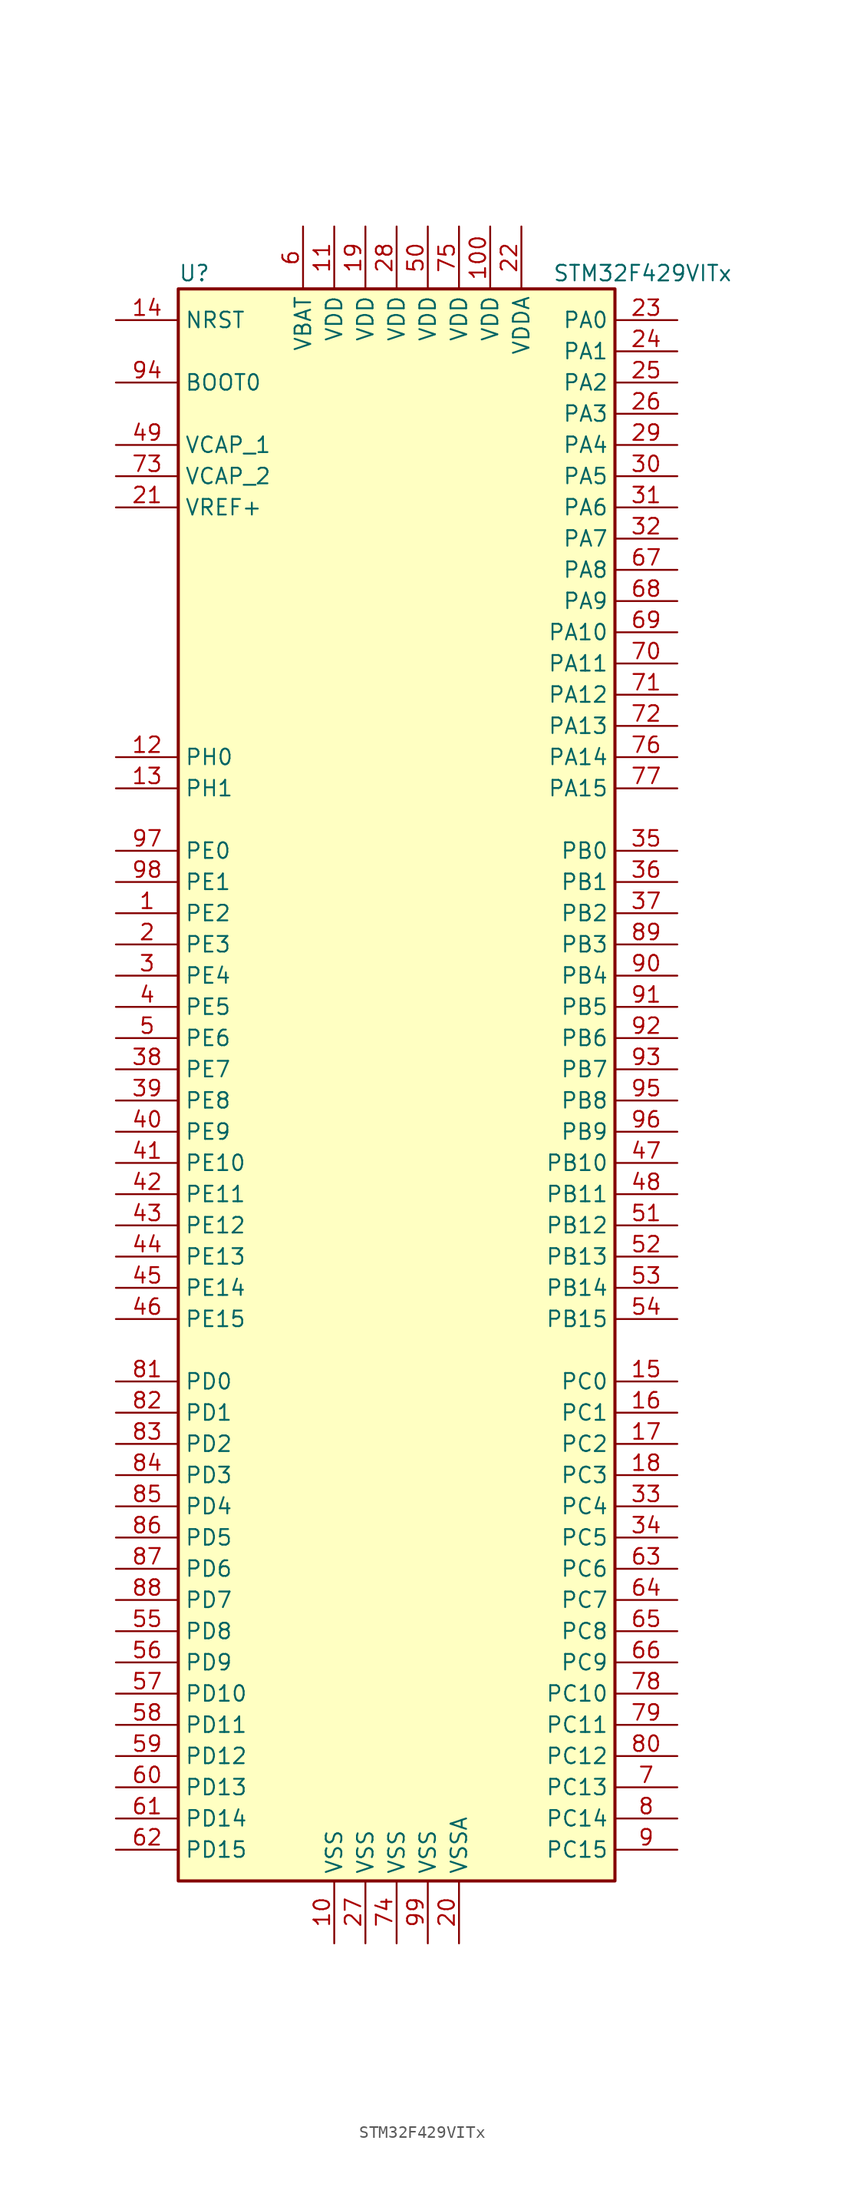
<source format=kicad_sym>
(kicad_symbol_lib
  (version 20201005)
  (generator kicad_symbol_editor)
  (symbol "MCU_ST_STM32F4:STM32F429VITx"
    (property "Reference" "U"
      (at -17.78 64.77 0)
      (effects (font (size 1.27 1.27)) (justify left)))
    (property "Value" "STM32F429VITx"
      (at 12.7 64.77 0)
      (effects (font (size 1.27 1.27)) (justify left)))
    (symbol "STM32F429VITx_0_1"
      (rectangle (start -17.78 -66.04) (end 17.78 63.5) (stroke (width 0.254)) (fill (type background))))
    (symbol "STM32F429VITx_1_1"
      (pin input line (at -22.86 55.88 0) (length 5.08) (name "BOOT0" (effects (font (size 1.27 1.27)))) (number "94" (effects (font (size 1.27 1.27)))))
      (pin input line (at -22.86 60.96 0) (length 5.08) (name "NRST" (effects (font (size 1.27 1.27)))) (number "14" (effects (font (size 1.27 1.27)))))
      (pin bidirectional line (at 22.86 60.96 180) (length 5.08) (name "PA0" (effects (font (size 1.27 1.27)))) (number "23" (effects (font (size 1.27 1.27)))))
      (pin bidirectional line (at 22.86 58.42 180) (length 5.08) (name "PA1" (effects (font (size 1.27 1.27)))) (number "24" (effects (font (size 1.27 1.27)))))
      (pin bidirectional line (at 22.86 35.56 180) (length 5.08) (name "PA10" (effects (font (size 1.27 1.27)))) (number "69" (effects (font (size 1.27 1.27)))))
      (pin bidirectional line (at 22.86 33.02 180) (length 5.08) (name "PA11" (effects (font (size 1.27 1.27)))) (number "70" (effects (font (size 1.27 1.27)))))
      (pin bidirectional line (at 22.86 30.48 180) (length 5.08) (name "PA12" (effects (font (size 1.27 1.27)))) (number "71" (effects (font (size 1.27 1.27)))))
      (pin bidirectional line (at 22.86 27.94 180) (length 5.08) (name "PA13" (effects (font (size 1.27 1.27)))) (number "72" (effects (font (size 1.27 1.27)))))
      (pin bidirectional line (at 22.86 25.4 180) (length 5.08) (name "PA14" (effects (font (size 1.27 1.27)))) (number "76" (effects (font (size 1.27 1.27)))))
      (pin bidirectional line (at 22.86 22.86 180) (length 5.08) (name "PA15" (effects (font (size 1.27 1.27)))) (number "77" (effects (font (size 1.27 1.27)))))
      (pin bidirectional line (at 22.86 55.88 180) (length 5.08) (name "PA2" (effects (font (size 1.27 1.27)))) (number "25" (effects (font (size 1.27 1.27)))))
      (pin bidirectional line (at 22.86 53.34 180) (length 5.08) (name "PA3" (effects (font (size 1.27 1.27)))) (number "26" (effects (font (size 1.27 1.27)))))
      (pin bidirectional line (at 22.86 50.8 180) (length 5.08) (name "PA4" (effects (font (size 1.27 1.27)))) (number "29" (effects (font (size 1.27 1.27)))))
      (pin bidirectional line (at 22.86 48.26 180) (length 5.08) (name "PA5" (effects (font (size 1.27 1.27)))) (number "30" (effects (font (size 1.27 1.27)))))
      (pin bidirectional line (at 22.86 45.72 180) (length 5.08) (name "PA6" (effects (font (size 1.27 1.27)))) (number "31" (effects (font (size 1.27 1.27)))))
      (pin bidirectional line (at 22.86 43.18 180) (length 5.08) (name "PA7" (effects (font (size 1.27 1.27)))) (number "32" (effects (font (size 1.27 1.27)))))
      (pin bidirectional line (at 22.86 40.64 180) (length 5.08) (name "PA8" (effects (font (size 1.27 1.27)))) (number "67" (effects (font (size 1.27 1.27)))))
      (pin bidirectional line (at 22.86 38.1 180) (length 5.08) (name "PA9" (effects (font (size 1.27 1.27)))) (number "68" (effects (font (size 1.27 1.27)))))
      (pin bidirectional line (at 22.86 17.78 180) (length 5.08) (name "PB0" (effects (font (size 1.27 1.27)))) (number "35" (effects (font (size 1.27 1.27)))))
      (pin bidirectional line (at 22.86 15.24 180) (length 5.08) (name "PB1" (effects (font (size 1.27 1.27)))) (number "36" (effects (font (size 1.27 1.27)))))
      (pin bidirectional line (at 22.86 -7.62 180) (length 5.08) (name "PB10" (effects (font (size 1.27 1.27)))) (number "47" (effects (font (size 1.27 1.27)))))
      (pin bidirectional line (at 22.86 -10.16 180) (length 5.08) (name "PB11" (effects (font (size 1.27 1.27)))) (number "48" (effects (font (size 1.27 1.27)))))
      (pin bidirectional line (at 22.86 -12.7 180) (length 5.08) (name "PB12" (effects (font (size 1.27 1.27)))) (number "51" (effects (font (size 1.27 1.27)))))
      (pin bidirectional line (at 22.86 -15.24 180) (length 5.08) (name "PB13" (effects (font (size 1.27 1.27)))) (number "52" (effects (font (size 1.27 1.27)))))
      (pin bidirectional line (at 22.86 -17.78 180) (length 5.08) (name "PB14" (effects (font (size 1.27 1.27)))) (number "53" (effects (font (size 1.27 1.27)))))
      (pin bidirectional line (at 22.86 -20.32 180) (length 5.08) (name "PB15" (effects (font (size 1.27 1.27)))) (number "54" (effects (font (size 1.27 1.27)))))
      (pin bidirectional line (at 22.86 12.7 180) (length 5.08) (name "PB2" (effects (font (size 1.27 1.27)))) (number "37" (effects (font (size 1.27 1.27)))))
      (pin bidirectional line (at 22.86 10.16 180) (length 5.08) (name "PB3" (effects (font (size 1.27 1.27)))) (number "89" (effects (font (size 1.27 1.27)))))
      (pin bidirectional line (at 22.86 7.62 180) (length 5.08) (name "PB4" (effects (font (size 1.27 1.27)))) (number "90" (effects (font (size 1.27 1.27)))))
      (pin bidirectional line (at 22.86 5.08 180) (length 5.08) (name "PB5" (effects (font (size 1.27 1.27)))) (number "91" (effects (font (size 1.27 1.27)))))
      (pin bidirectional line (at 22.86 2.54 180) (length 5.08) (name "PB6" (effects (font (size 1.27 1.27)))) (number "92" (effects (font (size 1.27 1.27)))))
      (pin bidirectional line (at 22.86 0 180) (length 5.08) (name "PB7" (effects (font (size 1.27 1.27)))) (number "93" (effects (font (size 1.27 1.27)))))
      (pin bidirectional line (at 22.86 -2.54 180) (length 5.08) (name "PB8" (effects (font (size 1.27 1.27)))) (number "95" (effects (font (size 1.27 1.27)))))
      (pin bidirectional line (at 22.86 -5.08 180) (length 5.08) (name "PB9" (effects (font (size 1.27 1.27)))) (number "96" (effects (font (size 1.27 1.27)))))
      (pin bidirectional line (at 22.86 -25.4 180) (length 5.08) (name "PC0" (effects (font (size 1.27 1.27)))) (number "15" (effects (font (size 1.27 1.27)))))
      (pin bidirectional line (at 22.86 -27.94 180) (length 5.08) (name "PC1" (effects (font (size 1.27 1.27)))) (number "16" (effects (font (size 1.27 1.27)))))
      (pin bidirectional line (at 22.86 -50.8 180) (length 5.08) (name "PC10" (effects (font (size 1.27 1.27)))) (number "78" (effects (font (size 1.27 1.27)))))
      (pin bidirectional line (at 22.86 -53.34 180) (length 5.08) (name "PC11" (effects (font (size 1.27 1.27)))) (number "79" (effects (font (size 1.27 1.27)))))
      (pin bidirectional line (at 22.86 -55.88 180) (length 5.08) (name "PC12" (effects (font (size 1.27 1.27)))) (number "80" (effects (font (size 1.27 1.27)))))
      (pin bidirectional line (at 22.86 -58.42 180) (length 5.08) (name "PC13" (effects (font (size 1.27 1.27)))) (number "7" (effects (font (size 1.27 1.27)))))
      (pin bidirectional line (at 22.86 -60.96 180) (length 5.08) (name "PC14" (effects (font (size 1.27 1.27)))) (number "8" (effects (font (size 1.27 1.27)))))
      (pin bidirectional line (at 22.86 -63.5 180) (length 5.08) (name "PC15" (effects (font (size 1.27 1.27)))) (number "9" (effects (font (size 1.27 1.27)))))
      (pin bidirectional line (at 22.86 -30.48 180) (length 5.08) (name "PC2" (effects (font (size 1.27 1.27)))) (number "17" (effects (font (size 1.27 1.27)))))
      (pin bidirectional line (at 22.86 -33.02 180) (length 5.08) (name "PC3" (effects (font (size 1.27 1.27)))) (number "18" (effects (font (size 1.27 1.27)))))
      (pin bidirectional line (at 22.86 -35.56 180) (length 5.08) (name "PC4" (effects (font (size 1.27 1.27)))) (number "33" (effects (font (size 1.27 1.27)))))
      (pin bidirectional line (at 22.86 -38.1 180) (length 5.08) (name "PC5" (effects (font (size 1.27 1.27)))) (number "34" (effects (font (size 1.27 1.27)))))
      (pin bidirectional line (at 22.86 -40.64 180) (length 5.08) (name "PC6" (effects (font (size 1.27 1.27)))) (number "63" (effects (font (size 1.27 1.27)))))
      (pin bidirectional line (at 22.86 -43.18 180) (length 5.08) (name "PC7" (effects (font (size 1.27 1.27)))) (number "64" (effects (font (size 1.27 1.27)))))
      (pin bidirectional line (at 22.86 -45.72 180) (length 5.08) (name "PC8" (effects (font (size 1.27 1.27)))) (number "65" (effects (font (size 1.27 1.27)))))
      (pin bidirectional line (at 22.86 -48.26 180) (length 5.08) (name "PC9" (effects (font (size 1.27 1.27)))) (number "66" (effects (font (size 1.27 1.27)))))
      (pin bidirectional line (at -22.86 -25.4 0) (length 5.08) (name "PD0" (effects (font (size 1.27 1.27)))) (number "81" (effects (font (size 1.27 1.27)))))
      (pin bidirectional line (at -22.86 -27.94 0) (length 5.08) (name "PD1" (effects (font (size 1.27 1.27)))) (number "82" (effects (font (size 1.27 1.27)))))
      (pin bidirectional line (at -22.86 -50.8 0) (length 5.08) (name "PD10" (effects (font (size 1.27 1.27)))) (number "57" (effects (font (size 1.27 1.27)))))
      (pin bidirectional line (at -22.86 -53.34 0) (length 5.08) (name "PD11" (effects (font (size 1.27 1.27)))) (number "58" (effects (font (size 1.27 1.27)))))
      (pin bidirectional line (at -22.86 -55.88 0) (length 5.08) (name "PD12" (effects (font (size 1.27 1.27)))) (number "59" (effects (font (size 1.27 1.27)))))
      (pin bidirectional line (at -22.86 -58.42 0) (length 5.08) (name "PD13" (effects (font (size 1.27 1.27)))) (number "60" (effects (font (size 1.27 1.27)))))
      (pin bidirectional line (at -22.86 -60.96 0) (length 5.08) (name "PD14" (effects (font (size 1.27 1.27)))) (number "61" (effects (font (size 1.27 1.27)))))
      (pin bidirectional line (at -22.86 -63.5 0) (length 5.08) (name "PD15" (effects (font (size 1.27 1.27)))) (number "62" (effects (font (size 1.27 1.27)))))
      (pin bidirectional line (at -22.86 -30.48 0) (length 5.08) (name "PD2" (effects (font (size 1.27 1.27)))) (number "83" (effects (font (size 1.27 1.27)))))
      (pin bidirectional line (at -22.86 -33.02 0) (length 5.08) (name "PD3" (effects (font (size 1.27 1.27)))) (number "84" (effects (font (size 1.27 1.27)))))
      (pin bidirectional line (at -22.86 -35.56 0) (length 5.08) (name "PD4" (effects (font (size 1.27 1.27)))) (number "85" (effects (font (size 1.27 1.27)))))
      (pin bidirectional line (at -22.86 -38.1 0) (length 5.08) (name "PD5" (effects (font (size 1.27 1.27)))) (number "86" (effects (font (size 1.27 1.27)))))
      (pin bidirectional line (at -22.86 -40.64 0) (length 5.08) (name "PD6" (effects (font (size 1.27 1.27)))) (number "87" (effects (font (size 1.27 1.27)))))
      (pin bidirectional line (at -22.86 -43.18 0) (length 5.08) (name "PD7" (effects (font (size 1.27 1.27)))) (number "88" (effects (font (size 1.27 1.27)))))
      (pin bidirectional line (at -22.86 -45.72 0) (length 5.08) (name "PD8" (effects (font (size 1.27 1.27)))) (number "55" (effects (font (size 1.27 1.27)))))
      (pin bidirectional line (at -22.86 -48.26 0) (length 5.08) (name "PD9" (effects (font (size 1.27 1.27)))) (number "56" (effects (font (size 1.27 1.27)))))
      (pin bidirectional line (at -22.86 17.78 0) (length 5.08) (name "PE0" (effects (font (size 1.27 1.27)))) (number "97" (effects (font (size 1.27 1.27)))))
      (pin bidirectional line (at -22.86 15.24 0) (length 5.08) (name "PE1" (effects (font (size 1.27 1.27)))) (number "98" (effects (font (size 1.27 1.27)))))
      (pin bidirectional line (at -22.86 -7.62 0) (length 5.08) (name "PE10" (effects (font (size 1.27 1.27)))) (number "41" (effects (font (size 1.27 1.27)))))
      (pin bidirectional line (at -22.86 -10.16 0) (length 5.08) (name "PE11" (effects (font (size 1.27 1.27)))) (number "42" (effects (font (size 1.27 1.27)))))
      (pin bidirectional line (at -22.86 -12.7 0) (length 5.08) (name "PE12" (effects (font (size 1.27 1.27)))) (number "43" (effects (font (size 1.27 1.27)))))
      (pin bidirectional line (at -22.86 -15.24 0) (length 5.08) (name "PE13" (effects (font (size 1.27 1.27)))) (number "44" (effects (font (size 1.27 1.27)))))
      (pin bidirectional line (at -22.86 -17.78 0) (length 5.08) (name "PE14" (effects (font (size 1.27 1.27)))) (number "45" (effects (font (size 1.27 1.27)))))
      (pin bidirectional line (at -22.86 -20.32 0) (length 5.08) (name "PE15" (effects (font (size 1.27 1.27)))) (number "46" (effects (font (size 1.27 1.27)))))
      (pin bidirectional line (at -22.86 12.7 0) (length 5.08) (name "PE2" (effects (font (size 1.27 1.27)))) (number "1" (effects (font (size 1.27 1.27)))))
      (pin bidirectional line (at -22.86 10.16 0) (length 5.08) (name "PE3" (effects (font (size 1.27 1.27)))) (number "2" (effects (font (size 1.27 1.27)))))
      (pin bidirectional line (at -22.86 7.62 0) (length 5.08) (name "PE4" (effects (font (size 1.27 1.27)))) (number "3" (effects (font (size 1.27 1.27)))))
      (pin bidirectional line (at -22.86 5.08 0) (length 5.08) (name "PE5" (effects (font (size 1.27 1.27)))) (number "4" (effects (font (size 1.27 1.27)))))
      (pin bidirectional line (at -22.86 2.54 0) (length 5.08) (name "PE6" (effects (font (size 1.27 1.27)))) (number "5" (effects (font (size 1.27 1.27)))))
      (pin bidirectional line (at -22.86 0 0) (length 5.08) (name "PE7" (effects (font (size 1.27 1.27)))) (number "38" (effects (font (size 1.27 1.27)))))
      (pin bidirectional line (at -22.86 -2.54 0) (length 5.08) (name "PE8" (effects (font (size 1.27 1.27)))) (number "39" (effects (font (size 1.27 1.27)))))
      (pin bidirectional line (at -22.86 -5.08 0) (length 5.08) (name "PE9" (effects (font (size 1.27 1.27)))) (number "40" (effects (font (size 1.27 1.27)))))
      (pin input line (at -22.86 25.4 0) (length 5.08) (name "PH0" (effects (font (size 1.27 1.27)))) (number "12" (effects (font (size 1.27 1.27)))))
      (pin input line (at -22.86 22.86 0) (length 5.08) (name "PH1" (effects (font (size 1.27 1.27)))) (number "13" (effects (font (size 1.27 1.27)))))
      (pin power_in line (at -7.62 68.58 270) (length 5.08) (name "VBAT" (effects (font (size 1.27 1.27)))) (number "6" (effects (font (size 1.27 1.27)))))
      (pin power_in line (at -22.86 50.8 0) (length 5.08) (name "VCAP_1" (effects (font (size 1.27 1.27)))) (number "49" (effects (font (size 1.27 1.27)))))
      (pin power_in line (at -22.86 48.26 0) (length 5.08) (name "VCAP_2" (effects (font (size 1.27 1.27)))) (number "73" (effects (font (size 1.27 1.27)))))
      (pin power_in line (at 7.62 68.58 270) (length 5.08) (name "VDD" (effects (font (size 1.27 1.27)))) (number "100" (effects (font (size 1.27 1.27)))))
      (pin power_in line (at -5.08 68.58 270) (length 5.08) (name "VDD" (effects (font (size 1.27 1.27)))) (number "11" (effects (font (size 1.27 1.27)))))
      (pin power_in line (at -2.54 68.58 270) (length 5.08) (name "VDD" (effects (font (size 1.27 1.27)))) (number "19" (effects (font (size 1.27 1.27)))))
      (pin power_in line (at 0 68.58 270) (length 5.08) (name "VDD" (effects (font (size 1.27 1.27)))) (number "28" (effects (font (size 1.27 1.27)))))
      (pin power_in line (at 2.54 68.58 270) (length 5.08) (name "VDD" (effects (font (size 1.27 1.27)))) (number "50" (effects (font (size 1.27 1.27)))))
      (pin power_in line (at 5.08 68.58 270) (length 5.08) (name "VDD" (effects (font (size 1.27 1.27)))) (number "75" (effects (font (size 1.27 1.27)))))
      (pin power_in line (at 10.16 68.58 270) (length 5.08) (name "VDDA" (effects (font (size 1.27 1.27)))) (number "22" (effects (font (size 1.27 1.27)))))
      (pin power_in line (at -22.86 45.72 0) (length 5.08) (name "VREF+" (effects (font (size 1.27 1.27)))) (number "21" (effects (font (size 1.27 1.27)))))
      (pin power_in line (at -5.08 -71.12 90) (length 5.08) (name "VSS" (effects (font (size 1.27 1.27)))) (number "10" (effects (font (size 1.27 1.27)))))
      (pin power_in line (at -2.54 -71.12 90) (length 5.08) (name "VSS" (effects (font (size 1.27 1.27)))) (number "27" (effects (font (size 1.27 1.27)))))
      (pin power_in line (at 0 -71.12 90) (length 5.08) (name "VSS" (effects (font (size 1.27 1.27)))) (number "74" (effects (font (size 1.27 1.27)))))
      (pin power_in line (at 2.54 -71.12 90) (length 5.08) (name "VSS" (effects (font (size 1.27 1.27)))) (number "99" (effects (font (size 1.27 1.27)))))
      (pin power_in line (at 5.08 -71.12 90) (length 5.08) (name "VSSA" (effects (font (size 1.27 1.27)))) (number "20" (effects (font (size 1.27 1.27))))))))
</source>
